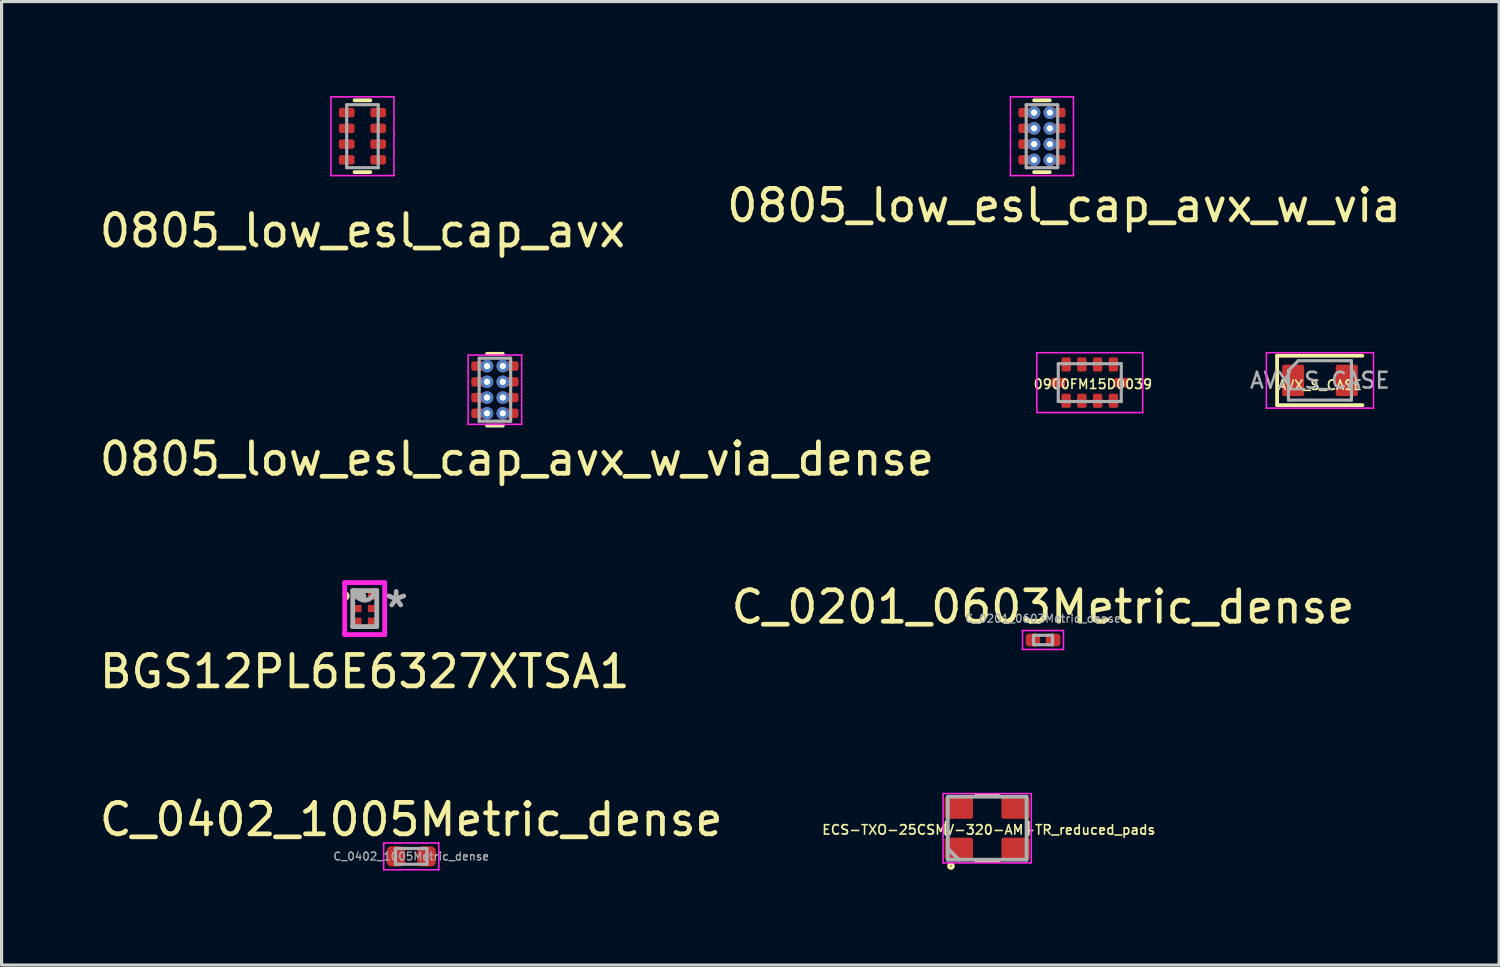
<source format=kicad_pcb>
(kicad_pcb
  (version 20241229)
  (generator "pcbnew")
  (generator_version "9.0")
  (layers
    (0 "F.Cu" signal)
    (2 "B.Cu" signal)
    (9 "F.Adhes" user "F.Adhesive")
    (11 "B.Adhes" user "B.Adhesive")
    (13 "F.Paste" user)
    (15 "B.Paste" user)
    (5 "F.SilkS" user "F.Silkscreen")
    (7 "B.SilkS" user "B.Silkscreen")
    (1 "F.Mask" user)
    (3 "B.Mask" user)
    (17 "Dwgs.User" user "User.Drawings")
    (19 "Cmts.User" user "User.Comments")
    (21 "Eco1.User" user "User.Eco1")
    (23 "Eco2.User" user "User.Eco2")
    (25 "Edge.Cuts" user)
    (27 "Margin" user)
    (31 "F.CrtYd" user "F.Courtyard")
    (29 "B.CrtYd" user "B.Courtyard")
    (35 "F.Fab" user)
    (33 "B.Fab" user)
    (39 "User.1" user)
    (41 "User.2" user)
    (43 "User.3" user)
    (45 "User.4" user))
  (footprint "C_0402_1005Metric_dense"
    (layer "F.Cu")
    (at 10.006 24.14)
    (property "Reference" "C_0402_1005Metric_dense" (at 0 -1.17 0) (layer "F.SilkS") (effects (font (size 1 1) (thickness 0.15))))
    (attr smd)
    (fp_line (start -0.875 -0.425) (end 0.875 -0.425) (stroke (width 0.05) (type solid)) (layer "F.CrtYd"))
    (fp_line (start -0.875 0.425) (end -0.875 -0.425) (stroke (width 0.05) (type solid)) (layer "F.CrtYd"))
    (fp_line (start 0.875 -0.425) (end 0.875 0.425) (stroke (width 0.05) (type solid)) (layer "F.CrtYd"))
    (fp_line (start 0.875 0.425) (end -0.875 0.425) (stroke (width 0.05) (type solid)) (layer "F.CrtYd"))
    (fp_line (start -0.5 -0.25) (end 0.5 -0.25) (stroke (width 0.1) (type solid)) (layer "F.Fab"))
    (fp_line (start -0.5 0.25) (end -0.5 -0.25) (stroke (width 0.1) (type solid)) (layer "F.Fab"))
    (fp_line (start 0.5 -0.25) (end 0.5 0.25) (stroke (width 0.1) (type solid)) (layer "F.Fab"))
    (fp_line (start 0.5 0.25) (end -0.5 0.25) (stroke (width 0.1) (type solid)) (layer "F.Fab"))
    (fp_text user "${REFERENCE}" (at 0 0 0) (layer "F.Fab") (effects (font (size 0.25 0.25) (thickness 0.04))))
    (pad "1" smd roundrect (at -0.485 0) (size 0.59 0.64) (layers "F.Cu" "F.Mask" "F.Paste") (roundrect_rratio 0.25))
    (pad "2" smd roundrect (at 0.485 0) (size 0.59 0.64) (layers "F.Cu" "F.Mask" "F.Paste") (roundrect_rratio 0.25)))
  (footprint "0900FM15D0039"
    (layer "F.Cu")
    (at 31.55 9.098)
    (property "Reference" "0900FM15D0039" (at 0.1 0.05 0) (layer "F.SilkS") (effects (font (size 0.3 0.3) (thickness 0.05))))
    (attr through_hole)
    (fp_line (start -1.68 -0.95) (end 1.68 -0.95) (stroke (width 0.05) (type solid)) (layer "F.CrtYd"))
    (fp_line (start -1.68 0.95) (end -1.68 -0.95) (stroke (width 0.05) (type solid)) (layer "F.CrtYd"))
    (fp_line (start 1.68 -0.95) (end 1.68 0.95) (stroke (width 0.05) (type solid)) (layer "F.CrtYd"))
    (fp_line (start 1.68 0.95) (end -1.68 0.95) (stroke (width 0.05) (type solid)) (layer "F.CrtYd"))
    (fp_line (start -1 -0.6) (end 1 -0.6) (stroke (width 0.1) (type solid)) (layer "F.Fab"))
    (fp_line (start -1 0.6) (end -1 -0.6) (stroke (width 0.1) (type solid)) (layer "F.Fab"))
    (fp_line (start 1 -0.6) (end 1 0.6) (stroke (width 0.1) (type solid)) (layer "F.Fab"))
    (fp_line (start 1 0.6) (end -1 0.6) (stroke (width 0.1) (type solid)) (layer "F.Fab"))
    (pad "1" smd roundrect (at 0.75 -0.575 180) (size 0.3 0.45) (layers "F.Cu" "F.Mask" "F.Paste") (roundrect_rratio 0.2))
    (pad "2" smd roundrect (at 0.25 -0.575 180) (size 0.3 0.45) (layers "F.Cu" "F.Mask" "F.Paste") (roundrect_rratio 0.2))
    (pad "3" smd roundrect (at -0.25 -0.575 180) (size 0.3 0.45) (layers "F.Cu" "F.Mask" "F.Paste") (roundrect_rratio 0.2))
    (pad "4" smd roundrect (at -0.75 -0.575 180) (size 0.3 0.45) (layers "F.Cu" "F.Mask" "F.Paste") (roundrect_rratio 0.2))
    (pad "5" smd roundrect (at -0.75 0.575 180) (size 0.3 0.45) (layers "F.Cu" "F.Mask" "F.Paste") (roundrect_rratio 0.2))
    (pad "6" smd roundrect (at -0.25 0.575 180) (size 0.3 0.45) (layers "F.Cu" "F.Mask" "F.Paste") (roundrect_rratio 0.2))
    (pad "7" smd roundrect (at 0.25 0.575 180) (size 0.3 0.45) (layers "F.Cu" "F.Mask" "F.Paste") (roundrect_rratio 0.2))
    (pad "8" smd roundrect (at 0.75 0.575 180) (size 0.3 0.45) (layers "F.Cu" "F.Mask" "F.Paste") (roundrect_rratio 0.2))
    (pad "9" smd roundrect (at -1 0 270) (size 0.3 0.45) (layers "F.Cu" "F.Mask" "F.Paste") (roundrect_rratio 0.2))
    (pad "10" smd roundrect (at 1 0 270) (size 0.3 0.45) (layers "F.Cu" "F.Mask" "F.Paste") (roundrect_rratio 0.2)))
  (footprint "0805_low_esl_cap_avx_w_via_dense"
    (layer "F.Cu")
    (at 12.663 9.323)
    (property "Reference" "0805_low_esl_cap_avx_w_via_dense" (at 0.7 2.2 0) (layer "F.SilkS") (effects (font (size 1 1) (thickness 0.15))))
    (attr through_hole)
    (fp_line (start 0.25 -1.14) (end -0.25 -1.14) (stroke (width 0.12) (type solid)) (layer "F.SilkS"))
    (fp_line (start 0.25 1.14) (end -0.25 1.14) (stroke (width 0.12) (type solid)) (layer "F.SilkS"))
    (fp_line (start -0.85 -1.1) (end -0.85 1.1) (stroke (width 0.05) (type solid)) (layer "F.CrtYd"))
    (fp_line (start -0.85 -1.1) (end 0.85 -1.1) (stroke (width 0.05) (type solid)) (layer "F.CrtYd"))
    (fp_line (start 0.85 1.1) (end -0.85 1.1) (stroke (width 0.05) (type solid)) (layer "F.CrtYd"))
    (fp_line (start 0.85 1.1) (end 0.85 -1.1) (stroke (width 0.05) (type solid)) (layer "F.CrtYd"))
    (fp_line (start -0.5 -1) (end 0.5 -1) (stroke (width 0.1) (type solid)) (layer "F.Fab"))
    (fp_line (start -0.5 1) (end -0.5 -1) (stroke (width 0.1) (type solid)) (layer "F.Fab"))
    (fp_line (start 0.5 -1) (end 0.5 1) (stroke (width 0.1) (type solid)) (layer "F.Fab"))
    (fp_line (start 0.5 1) (end -0.5 1) (stroke (width 0.1) (type solid)) (layer "F.Fab"))
    (pad "1" smd roundrect (at -0.5 -0.75) (size 0.5 0.3) (layers "F.Cu" "F.Mask" "F.Paste") (roundrect_rratio 0.25))
    (pad "1" smd roundrect (at -0.5 0.25) (size 0.5 0.3) (layers "F.Cu" "F.Mask" "F.Paste") (roundrect_rratio 0.25))
    (pad "1" thru_hole circle (at -0.25 -0.75) (size 0.4 0.4) (drill 0.2) (layers "*.Cu"))
    (pad "1" thru_hole circle (at -0.25 0.25) (size 0.4 0.4) (drill 0.2) (layers "*.Cu"))
    (pad "1" thru_hole circle (at 0.25 -0.25) (size 0.4 0.4) (drill 0.2) (layers "*.Cu"))
    (pad "1" thru_hole circle (at 0.25 0.75) (size 0.4 0.4) (drill 0.2) (layers "*.Cu"))
    (pad "1" smd roundrect (at 0.5 -0.25) (size 0.5 0.3) (layers "F.Cu" "F.Mask" "F.Paste") (roundrect_rratio 0.25))
    (pad "1" smd roundrect (at 0.5 0.75) (size 0.5 0.3) (layers "F.Cu" "F.Mask" "F.Paste") (roundrect_rratio 0.25))
    (pad "2" smd roundrect (at -0.5 -0.25) (size 0.5 0.3) (layers "F.Cu" "F.Mask" "F.Paste") (roundrect_rratio 0.25))
    (pad "2" smd roundrect (at -0.5 0.75) (size 0.5 0.3) (layers "F.Cu" "F.Mask" "F.Paste") (roundrect_rratio 0.25))
    (pad "2" thru_hole circle (at -0.25 -0.25) (size 0.4 0.4) (drill 0.2) (layers "*.Cu"))
    (pad "2" thru_hole circle (at -0.25 0.75) (size 0.4 0.4) (drill 0.2) (layers "*.Cu"))
    (pad "2" thru_hole circle (at 0.25 -0.75) (size 0.4 0.4) (drill 0.2) (layers "*.Cu"))
    (pad "2" thru_hole circle (at 0.25 0.25) (size 0.4 0.4) (drill 0.2) (layers "*.Cu"))
    (pad "2" smd roundrect (at 0.5 -0.75) (size 0.5 0.3) (layers "F.Cu" "F.Mask" "F.Paste") (roundrect_rratio 0.25))
    (pad "2" smd roundrect (at 0.5 0.25) (size 0.5 0.3) (layers "F.Cu" "F.Mask" "F.Paste") (roundrect_rratio 0.25)))
  (footprint "0805_low_esl_cap_avx_w_via"
    (layer "F.Cu")
    (at 30.032 1.275)
    (property "Reference" "0805_low_esl_cap_avx_w_via" (at 0.7 2.2 0) (layer "F.SilkS") (effects (font (size 1 1) (thickness 0.15))))
    (attr through_hole)
    (fp_line (start 0.25 -1.14) (end -0.25 -1.14) (stroke (width 0.12) (type solid)) (layer "F.SilkS"))
    (fp_line (start 0.25 1.14) (end -0.25 1.14) (stroke (width 0.12) (type solid)) (layer "F.SilkS"))
    (fp_line (start -1 -1.25) (end -1 1.25) (stroke (width 0.05) (type solid)) (layer "F.CrtYd"))
    (fp_line (start -1 -1.25) (end 1 -1.25) (stroke (width 0.05) (type solid)) (layer "F.CrtYd"))
    (fp_line (start 1 1.25) (end -1 1.25) (stroke (width 0.05) (type solid)) (layer "F.CrtYd"))
    (fp_line (start 1 1.25) (end 1 -1.25) (stroke (width 0.05) (type solid)) (layer "F.CrtYd"))
    (fp_line (start -0.5 -1) (end 0.5 -1) (stroke (width 0.1) (type solid)) (layer "F.Fab"))
    (fp_line (start -0.5 1) (end -0.5 -1) (stroke (width 0.1) (type solid)) (layer "F.Fab"))
    (fp_line (start 0.5 -1) (end 0.5 1) (stroke (width 0.1) (type solid)) (layer "F.Fab"))
    (fp_line (start 0.5 1) (end -0.5 1) (stroke (width 0.1) (type solid)) (layer "F.Fab"))
    (pad "1" smd roundrect (at -0.5 -0.75) (size 0.5 0.3) (layers "F.Cu" "F.Mask" "F.Paste") (roundrect_rratio 0.25))
    (pad "1" smd roundrect (at -0.5 0.25) (size 0.5 0.3) (layers "F.Cu" "F.Mask" "F.Paste") (roundrect_rratio 0.25))
    (pad "1" thru_hole circle (at -0.25 -0.75) (size 0.4 0.4) (drill 0.2) (layers "*.Cu"))
    (pad "1" thru_hole circle (at -0.25 0.25) (size 0.4 0.4) (drill 0.2) (layers "*.Cu"))
    (pad "1" thru_hole circle (at 0.25 -0.25) (size 0.4 0.4) (drill 0.2) (layers "*.Cu"))
    (pad "1" thru_hole circle (at 0.25 0.75) (size 0.4 0.4) (drill 0.2) (layers "*.Cu"))
    (pad "1" smd roundrect (at 0.5 -0.25) (size 0.5 0.3) (layers "F.Cu" "F.Mask" "F.Paste") (roundrect_rratio 0.25))
    (pad "1" smd roundrect (at 0.5 0.75) (size 0.5 0.3) (layers "F.Cu" "F.Mask" "F.Paste") (roundrect_rratio 0.25))
    (pad "2" smd roundrect (at -0.5 -0.25) (size 0.5 0.3) (layers "F.Cu" "F.Mask" "F.Paste") (roundrect_rratio 0.25))
    (pad "2" smd roundrect (at -0.5 0.75) (size 0.5 0.3) (layers "F.Cu" "F.Mask" "F.Paste") (roundrect_rratio 0.25))
    (pad "2" thru_hole circle (at -0.25 -0.25) (size 0.4 0.4) (drill 0.2) (layers "*.Cu"))
    (pad "2" thru_hole circle (at -0.25 0.75) (size 0.4 0.4) (drill 0.2) (layers "*.Cu"))
    (pad "2" thru_hole circle (at 0.25 -0.75) (size 0.4 0.4) (drill 0.2) (layers "*.Cu"))
    (pad "2" thru_hole circle (at 0.25 0.25) (size 0.4 0.4) (drill 0.2) (layers "*.Cu"))
    (pad "2" smd roundrect (at 0.5 -0.75) (size 0.5 0.3) (layers "F.Cu" "F.Mask" "F.Paste") (roundrect_rratio 0.25))
    (pad "2" smd roundrect (at 0.5 0.25) (size 0.5 0.3) (layers "F.Cu" "F.Mask" "F.Paste") (roundrect_rratio 0.25)))
  (footprint "0805_low_esl_cap_avx"
    (layer "F.Cu")
    (at 8.458 1.275)
    (property "Reference" "0805_low_esl_cap_avx" (at 0 3 0) (layer "F.SilkS") (effects (font (size 1 1) (thickness 0.15))))
    (attr through_hole)
    (fp_line (start 0.25 -1.14) (end -0.25 -1.14) (stroke (width 0.12) (type solid)) (layer "F.SilkS"))
    (fp_line (start 0.25 1.14) (end -0.25 1.14) (stroke (width 0.12) (type solid)) (layer "F.SilkS"))
    (fp_line (start -1 -1.25) (end -1 1.25) (stroke (width 0.05) (type solid)) (layer "F.CrtYd"))
    (fp_line (start -1 -1.25) (end 1 -1.25) (stroke (width 0.05) (type solid)) (layer "F.CrtYd"))
    (fp_line (start 1 1.25) (end -1 1.25) (stroke (width 0.05) (type solid)) (layer "F.CrtYd"))
    (fp_line (start 1 1.25) (end 1 -1.25) (stroke (width 0.05) (type solid)) (layer "F.CrtYd"))
    (fp_line (start -0.5 -1) (end 0.5 -1) (stroke (width 0.1) (type solid)) (layer "F.Fab"))
    (fp_line (start -0.5 1) (end -0.5 -1) (stroke (width 0.1) (type solid)) (layer "F.Fab"))
    (fp_line (start 0.5 -1) (end 0.5 1) (stroke (width 0.1) (type solid)) (layer "F.Fab"))
    (fp_line (start 0.5 1) (end -0.5 1) (stroke (width 0.1) (type solid)) (layer "F.Fab"))
    (pad "1" smd roundrect (at -0.5 -0.75) (size 0.5 0.3) (layers "F.Cu" "F.Mask" "F.Paste") (roundrect_rratio 0.25))
    (pad "1" smd roundrect (at -0.5 0.25) (size 0.5 0.3) (layers "F.Cu" "F.Mask" "F.Paste") (roundrect_rratio 0.25))
    (pad "1" smd roundrect (at 0.5 -0.25) (size 0.5 0.3) (layers "F.Cu" "F.Mask" "F.Paste") (roundrect_rratio 0.25))
    (pad "1" smd roundrect (at 0.5 0.75) (size 0.5 0.3) (layers "F.Cu" "F.Mask" "F.Paste") (roundrect_rratio 0.25))
    (pad "2" smd roundrect (at -0.5 -0.25) (size 0.5 0.3) (layers "F.Cu" "F.Mask" "F.Paste") (roundrect_rratio 0.25))
    (pad "2" smd roundrect (at -0.5 0.75) (size 0.5 0.3) (layers "F.Cu" "F.Mask" "F.Paste") (roundrect_rratio 0.25))
    (pad "2" smd roundrect (at 0.5 -0.75) (size 0.5 0.3) (layers "F.Cu" "F.Mask" "F.Paste") (roundrect_rratio 0.25))
    (pad "2" smd roundrect (at 0.5 0.25) (size 0.5 0.3) (layers "F.Cu" "F.Mask" "F.Paste") (roundrect_rratio 0.25)))
  (footprint "ECS-TXO-25CSMV-320-AM-TR_reduced_pads"
    (layer "F.Cu")
    (at 28.293 23.246)
    (property "Reference" "ECS-TXO-25CSMV-320-AM-TR_reduced_pads" (at 0.05 0.05 0) (layer "F.SilkS") (effects (font (size 0.3 0.3) (thickness 0.05))))
    (attr through_hole)
    (fp_line (start -1.3 0.2) (end -1.3 -0.2) (stroke (width 0.1) (type solid)) (layer "F.SilkS"))
    (fp_line (start -0.35 1.05) (end 0.35 1.05) (stroke (width 0.1) (type solid)) (layer "F.SilkS"))
    (fp_line (start 0.35 -1.05) (end -0.35 -1.05) (stroke (width 0.1) (type solid)) (layer "F.SilkS"))
    (fp_line (start 1.3 -0.2) (end 1.3 0.2) (stroke (width 0.1) (type solid)) (layer "F.SilkS"))
    (fp_circle (center -1.15 1.2) (end -1.1 1.25) (stroke (width 0.1) (type solid)) (fill no) (layer "F.SilkS"))
    (fp_line (start -1.4 -1.1) (end 1.4 -1.1) (stroke (width 0.05) (type solid)) (layer "F.CrtYd"))
    (fp_line (start -1.4 1.1) (end -1.4 -1.1) (stroke (width 0.05) (type solid)) (layer "F.CrtYd"))
    (fp_line (start 1.4 -1.1) (end 1.4 1.1) (stroke (width 0.05) (type solid)) (layer "F.CrtYd"))
    (fp_line (start 1.4 1.1) (end -1.4 1.1) (stroke (width 0.05) (type solid)) (layer "F.CrtYd"))
    (fp_line (start -1.25 -1) (end 1.25 -1) (stroke (width 0.12) (type solid)) (layer "F.Fab"))
    (fp_line (start -1.25 0.65) (end -0.9 1) (stroke (width 0.12) (type solid)) (layer "F.Fab"))
    (fp_line (start -1.25 1) (end -1.25 -1) (stroke (width 0.12) (type solid)) (layer "F.Fab"))
    (fp_line (start 1.25 -1) (end 1.25 1) (stroke (width 0.12) (type solid)) (layer "F.Fab"))
    (fp_line (start 1.25 1) (end -1.25 1) (stroke (width 0.12) (type solid)) (layer "F.Fab"))
    (pad "1" smd roundrect (at -0.9 0.65) (size 0.9 0.7) (layers "F.Cu" "F.Mask" "F.Paste") (roundrect_rratio 0.1))
    (pad "2" smd roundrect (at 0.9 0.65) (size 0.9 0.7) (layers "F.Cu" "F.Mask" "F.Paste") (roundrect_rratio 0.1))
    (pad "3" smd roundrect (at 0.9 -0.65) (size 0.9 0.7) (layers "F.Cu" "F.Mask" "F.Paste") (roundrect_rratio 0.1))
    (pad "4" smd roundrect (at -0.9 -0.65) (size 0.9 0.7) (layers "F.Cu" "F.Mask" "F.Paste") (roundrect_rratio 0.1)))
  (footprint "BGS12PL6E6327XTSA1"
    (layer "F.Cu")
    (at 8.53 16.273)
    (property "Reference" "BGS12PL6E6327XTSA1" (at 0 2 0) (layer "F.SilkS") (effects (font (size 1 1) (thickness 0.15))))
    (attr through_hole)
    (fp_arc (start -0.6318 -0.4762) (mid -0.562253 -0.43114) (end -0.574958 -0.349251) (stroke (width 0.1524) (type solid)) (layer "F.SilkS"))
    (fp_line (start -0.635 -0.826) (end 0.635 -0.826) (stroke (width 0.152) (type solid)) (layer "F.CrtYd"))
    (fp_line (start -0.635 -0.768) (end -0.635 -0.826) (stroke (width 0.152) (type solid)) (layer "F.CrtYd"))
    (fp_line (start -0.635 -0.768) (end -0.635 -0.768) (stroke (width 0.152) (type solid)) (layer "F.CrtYd"))
    (fp_line (start -0.635 0.768) (end -0.635 -0.768) (stroke (width 0.152) (type solid)) (layer "F.CrtYd"))
    (fp_line (start -0.635 0.768) (end -0.635 0.768) (stroke (width 0.152) (type solid)) (layer "F.CrtYd"))
    (fp_line (start -0.635 0.826) (end -0.635 0.768) (stroke (width 0.152) (type solid)) (layer "F.CrtYd"))
    (fp_line (start 0.635 -0.826) (end 0.635 -0.768) (stroke (width 0.152) (type solid)) (layer "F.CrtYd"))
    (fp_line (start 0.635 -0.768) (end 0.635 -0.768) (stroke (width 0.152) (type solid)) (layer "F.CrtYd"))
    (fp_line (start 0.635 -0.768) (end 0.635 0.768) (stroke (width 0.152) (type solid)) (layer "F.CrtYd"))
    (fp_line (start 0.635 0.768) (end 0.635 0.768) (stroke (width 0.152) (type solid)) (layer "F.CrtYd"))
    (fp_line (start 0.635 0.768) (end 0.635 0.826) (stroke (width 0.152) (type solid)) (layer "F.CrtYd"))
    (fp_line (start 0.635 0.826) (end -0.635 0.826) (stroke (width 0.152) (type solid)) (layer "F.CrtYd"))
    (fp_line (start -0.381 -0.572) (end -0.381 0.572) (stroke (width 0.152) (type solid)) (layer "F.Fab"))
    (fp_line (start -0.381 0.572) (end 0.381 0.572) (stroke (width 0.152) (type solid)) (layer "F.Fab"))
    (fp_line (start 0.381 -0.572) (end -0.381 -0.572) (stroke (width 0.152) (type solid)) (layer "F.Fab"))
    (fp_line (start 0.381 0.572) (end 0.381 -0.572) (stroke (width 0.152) (type solid)) (layer "F.Fab"))
    (fp_arc (start 0.3048 -0.5715) (mid 0 -0.2667) (end -0.3048 -0.5715) (stroke (width 0.1524) (type solid)) (layer "F.Fab"))
    (fp_circle (center -0.102 -0.4) (end -0.102 -0.4) (stroke (width 0.152) (type solid)) (fill no) (layer "F.Fab"))
    (fp_text user "*" (at 1 0 0) (layer "F.Fab") (effects (font (size 1 1) (thickness 0.15))))
    (pad "1" smd rect (at -0.216 -0.4) (size 0.229 0.229) (layers "F.Cu" "F.Mask" "F.Paste"))
    (pad "2" smd rect (at -0.216 0) (size 0.229 0.229) (layers "F.Cu" "F.Mask" "F.Paste"))
    (pad "3" smd rect (at -0.216 0.4) (size 0.229 0.229) (layers "F.Cu" "F.Mask" "F.Paste"))
    (pad "4" smd rect (at 0.216 0.4) (size 0.229 0.229) (layers "F.Cu" "F.Mask" "F.Paste"))
    (pad "5" smd rect (at 0.216 0) (size 0.229 0.229) (layers "F.Cu" "F.Mask" "F.Paste"))
    (pad "6" smd rect (at 0.216 -0.4) (size 0.229 0.229) (layers "F.Cu" "F.Mask" "F.Paste")))
  (footprint "AVX_S_CASE"
    (layer "F.Cu")
    (at 38.858 9.028)
    (property "Reference" "AVX_S_CASE" (at 0 0.15 0) (layer "F.SilkS") (effects (font (size 0.3 0.3) (thickness 0.05))))
    (attr through_hole)
    (fp_line (start -1.36 -0.785) (end -1.36 0.785) (stroke (width 0.12) (type solid)) (layer "F.SilkS"))
    (fp_line (start -1.36 0.785) (end 1.35 0.785) (stroke (width 0.12) (type solid)) (layer "F.SilkS"))
    (fp_line (start 1.35 -0.785) (end -1.36 -0.785) (stroke (width 0.12) (type solid)) (layer "F.SilkS"))
    (fp_line (start -1.7 -0.88) (end 1.7 -0.88) (stroke (width 0.05) (type solid)) (layer "F.CrtYd"))
    (fp_line (start -1.7 0.88) (end -1.7 -0.88) (stroke (width 0.05) (type solid)) (layer "F.CrtYd"))
    (fp_line (start 1.7 -0.88) (end 1.7 0.88) (stroke (width 0.05) (type solid)) (layer "F.CrtYd"))
    (fp_line (start 1.7 0.88) (end -1.7 0.88) (stroke (width 0.05) (type solid)) (layer "F.CrtYd"))
    (fp_line (start -1 -0.312) (end -1 0.625) (stroke (width 0.1) (type solid)) (layer "F.Fab"))
    (fp_line (start -1 0.625) (end 1 0.625) (stroke (width 0.1) (type solid)) (layer "F.Fab"))
    (fp_line (start -0.688 -0.625) (end -1 -0.312) (stroke (width 0.1) (type solid)) (layer "F.Fab"))
    (fp_line (start 1 -0.625) (end -0.688 -0.625) (stroke (width 0.1) (type solid)) (layer "F.Fab"))
    (fp_line (start 1 0.625) (end 1 -0.625) (stroke (width 0.1) (type solid)) (layer "F.Fab"))
    (fp_text user "${REFERENCE}" (at 0 0 0) (layer "F.Fab") (effects (font (size 0.5 0.5) (thickness 0.08))))
    (pad "1" smd roundrect (at -0.85 0 180) (size 0.7 1) (layers "F.Cu" "F.Mask" "F.Paste") (roundrect_rratio 0.1))
    (pad "2" smd roundrect (at 0.85 0) (size 0.7 1) (layers "F.Cu" "F.Mask" "F.Paste") (roundrect_rratio 0.1)))
  (footprint "C_0201_0603Metric_dense"
    (layer "F.Cu")
    (at 30.065 17.27)
    (property "Reference" "C_0201_0603Metric_dense" (at 0 -1.05 0) (layer "F.SilkS") (effects (font (size 1 1) (thickness 0.15))))
    (attr smd)
    (fp_line (start -0.65 -0.3) (end 0.65 -0.3) (stroke (width 0.05) (type solid)) (layer "F.CrtYd"))
    (fp_line (start -0.65 0.3) (end -0.65 -0.3) (stroke (width 0.05) (type solid)) (layer "F.CrtYd"))
    (fp_line (start 0.65 -0.3) (end 0.65 0.3) (stroke (width 0.05) (type solid)) (layer "F.CrtYd"))
    (fp_line (start 0.65 0.3) (end -0.65 0.3) (stroke (width 0.05) (type solid)) (layer "F.CrtYd"))
    (fp_line (start -0.3 -0.15) (end 0.3 -0.15) (stroke (width 0.1) (type solid)) (layer "F.Fab"))
    (fp_line (start -0.3 0.15) (end -0.3 -0.15) (stroke (width 0.1) (type solid)) (layer "F.Fab"))
    (fp_line (start 0.3 -0.15) (end 0.3 0.15) (stroke (width 0.1) (type solid)) (layer "F.Fab"))
    (fp_line (start 0.3 0.15) (end -0.3 0.15) (stroke (width 0.1) (type solid)) (layer "F.Fab"))
    (fp_text user "${REFERENCE}" (at 0 -0.68 0) (layer "F.Fab") (effects (font (size 0.25 0.25) (thickness 0.04))))
    (pad "" smd roundrect (at -0.345 0) (size 0.318 0.36) (layers "F.Paste") (roundrect_rratio 0.25))
    (pad "" smd roundrect (at 0.345 0) (size 0.318 0.36) (layers "F.Paste") (roundrect_rratio 0.25))
    (pad "1" smd roundrect (at -0.32 0) (size 0.46 0.4) (layers "F.Cu" "F.Mask") (roundrect_rratio 0.25))
    (pad "2" smd roundrect (at 0.32 0) (size 0.46 0.4) (layers "F.Cu" "F.Mask") (roundrect_rratio 0.25)))
  (gr_rect
    (start -3 -3)
    (end 44.548 27.59)
    (stroke (width 0.1) (type default))
    (fill no)
    (layer "Edge.Cuts")))
</source>
